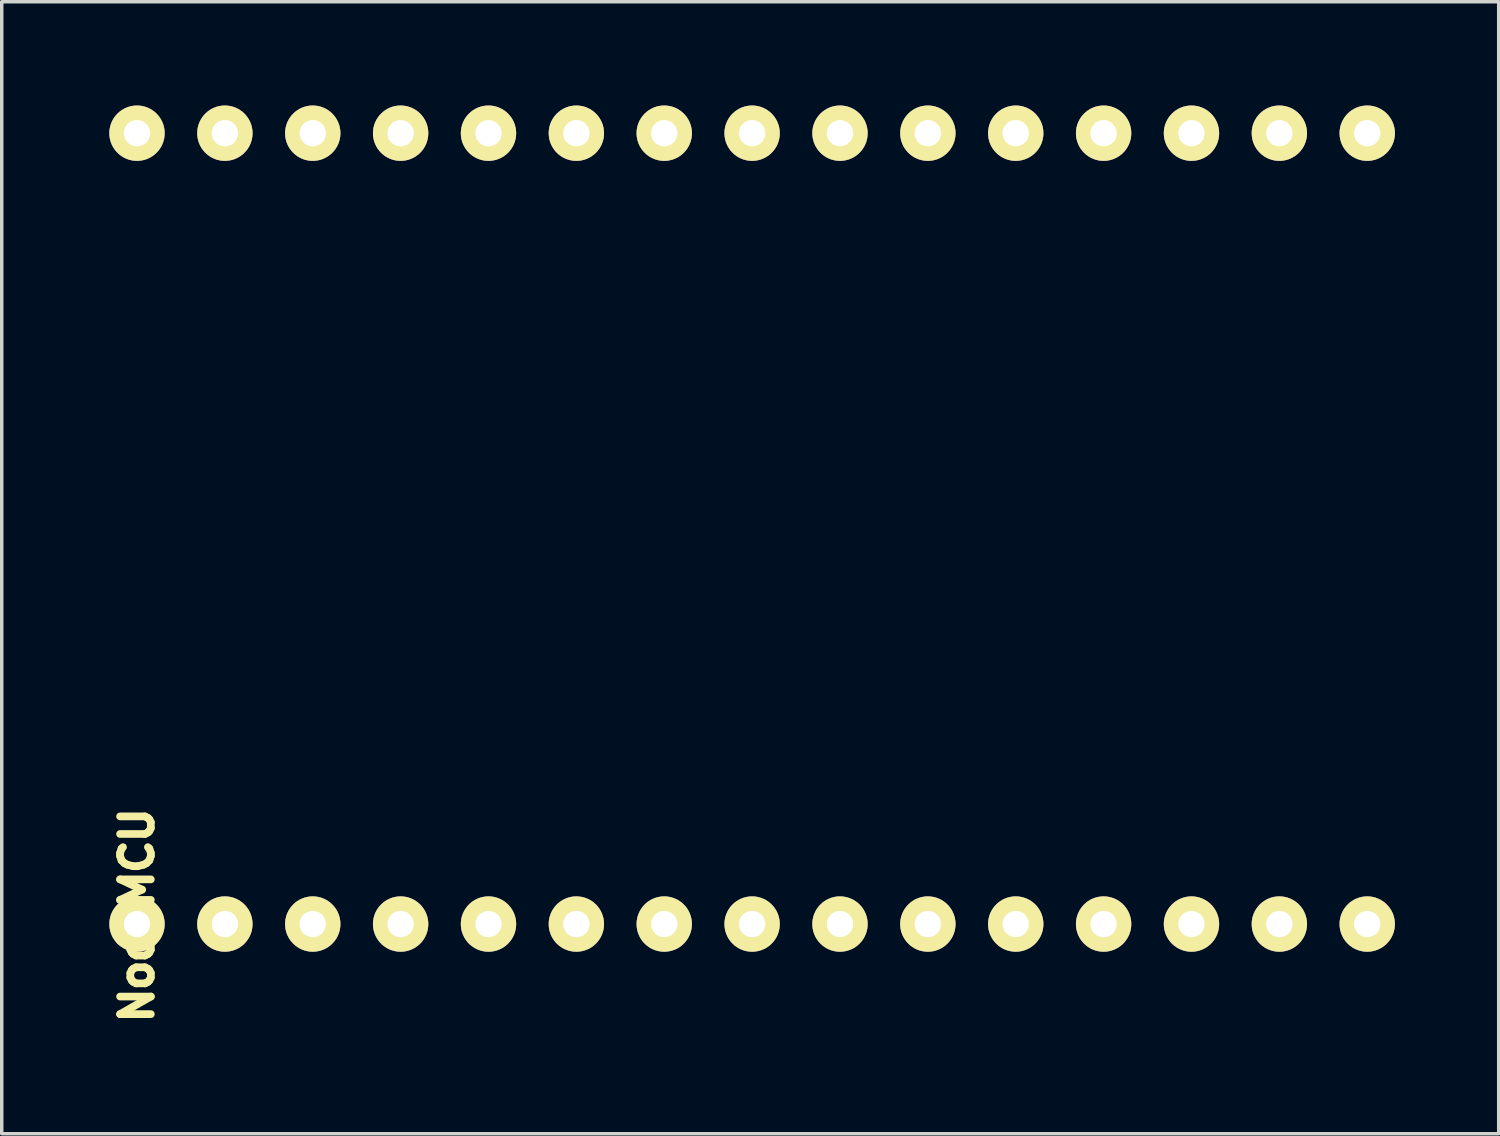
<source format=kicad_pcb>
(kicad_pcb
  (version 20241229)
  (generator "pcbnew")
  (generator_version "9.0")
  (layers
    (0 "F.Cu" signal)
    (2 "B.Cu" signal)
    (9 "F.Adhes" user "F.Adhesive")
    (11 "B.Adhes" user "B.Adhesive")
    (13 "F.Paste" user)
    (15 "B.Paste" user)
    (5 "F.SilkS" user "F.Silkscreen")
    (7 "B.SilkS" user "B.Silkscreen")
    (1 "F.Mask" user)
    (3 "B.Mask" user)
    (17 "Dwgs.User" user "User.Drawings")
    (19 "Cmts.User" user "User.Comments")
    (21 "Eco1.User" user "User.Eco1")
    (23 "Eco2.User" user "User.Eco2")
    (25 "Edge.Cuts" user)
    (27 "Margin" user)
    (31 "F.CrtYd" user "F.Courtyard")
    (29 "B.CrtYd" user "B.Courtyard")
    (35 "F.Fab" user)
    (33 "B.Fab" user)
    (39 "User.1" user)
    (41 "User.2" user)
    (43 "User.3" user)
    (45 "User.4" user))
  (footprint "NodeMCU"
    (layer "F.Cu")
    (at 0.91 23.66)
    (property "Reference" "NodeMCU" (at 0 -0.254 270) (layer "F.SilkS") (effects (font (size 0.889 0.889) (thickness 0.305))))
    (attr through_hole)
    (fp_line (start 0 0) (end 0 0) (stroke (width 0.305) (type solid)) (layer "F.SilkS"))
    (fp_line (start 0 0) (end 0 0) (stroke (width 0.305) (type solid)) (layer "F.SilkS"))
    (fp_line (start 0 0) (end 0 0) (stroke (width 0.305) (type solid)) (layer "F.SilkS"))
    (fp_line (start 0 0) (end 0 0) (stroke (width 0.305) (type solid)) (layer "F.SilkS"))
    (pad "1" thru_hole circle (at 0 0) (size 1.6 1.6) (drill 0.762) (layers "*.Cu" "*.Mask" "F.SilkS"))
    (pad "2" thru_hole circle (at 2.54 0) (size 1.6 1.6) (drill 0.762) (layers "*.Cu" "*.Mask" "F.SilkS"))
    (pad "3" thru_hole circle (at 5.08 0) (size 1.6 1.6) (drill 0.762) (layers "*.Cu" "*.Mask" "F.SilkS"))
    (pad "4" thru_hole circle (at 7.62 0) (size 1.6 1.6) (drill 0.762) (layers "*.Cu" "*.Mask" "F.SilkS"))
    (pad "5" thru_hole circle (at 10.16 0) (size 1.6 1.6) (drill 0.762) (layers "*.Cu" "*.Mask" "F.SilkS"))
    (pad "6" thru_hole circle (at 12.7 0) (size 1.6 1.6) (drill 0.762) (layers "*.Cu" "*.Mask" "F.SilkS"))
    (pad "7" thru_hole circle (at 15.24 0) (size 1.6 1.6) (drill 0.762) (layers "*.Cu" "*.Mask" "F.SilkS"))
    (pad "8" thru_hole circle (at 17.78 0) (size 1.6 1.6) (drill 0.762) (layers "*.Cu" "*.Mask" "F.SilkS"))
    (pad "9" thru_hole circle (at 20.32 0) (size 1.6 1.6) (drill 0.762) (layers "*.Cu" "*.Mask" "F.SilkS"))
    (pad "10" thru_hole circle (at 22.86 0) (size 1.6 1.6) (drill 0.762) (layers "*.Cu" "*.Mask" "F.SilkS"))
    (pad "11" thru_hole circle (at 25.4 0) (size 1.6 1.6) (drill 0.762) (layers "*.Cu" "*.Mask" "F.SilkS"))
    (pad "12" thru_hole circle (at 27.94 0) (size 1.6 1.6) (drill 0.762) (layers "*.Cu" "*.Mask" "F.SilkS"))
    (pad "13" thru_hole circle (at 30.48 0) (size 1.6 1.6) (drill 0.762) (layers "*.Cu" "*.Mask" "F.SilkS"))
    (pad "14" thru_hole circle (at 33.02 0) (size 1.6 1.6) (drill 0.762) (layers "*.Cu" "*.Mask" "F.SilkS"))
    (pad "15" thru_hole circle (at 35.56 0) (size 1.6 1.6) (drill 0.762) (layers "*.Cu" "*.Mask" "F.SilkS"))
    (pad "16" thru_hole circle (at 35.56 -22.86 180) (size 1.6 1.6) (drill 0.762) (layers "*.Cu" "*.Mask" "F.SilkS"))
    (pad "17" thru_hole circle (at 33.02 -22.86 180) (size 1.6 1.6) (drill 0.762) (layers "*.Cu" "*.Mask" "F.SilkS"))
    (pad "18" thru_hole circle (at 30.48 -22.86 180) (size 1.6 1.6) (drill 0.762) (layers "*.Cu" "*.Mask" "F.SilkS"))
    (pad "19" thru_hole circle (at 27.94 -22.86 180) (size 1.6 1.6) (drill 0.762) (layers "*.Cu" "*.Mask" "F.SilkS"))
    (pad "20" thru_hole circle (at 25.4 -22.86 180) (size 1.6 1.6) (drill 0.762) (layers "*.Cu" "*.Mask" "F.SilkS"))
    (pad "21" thru_hole circle (at 22.86 -22.86 180) (size 1.6 1.6) (drill 0.762) (layers "*.Cu" "*.Mask" "F.SilkS"))
    (pad "22" thru_hole circle (at 20.32 -22.86 180) (size 1.6 1.6) (drill 0.762) (layers "*.Cu" "*.Mask" "F.SilkS"))
    (pad "23" thru_hole circle (at 17.78 -22.86 180) (size 1.6 1.6) (drill 0.762) (layers "*.Cu" "*.Mask" "F.SilkS"))
    (pad "24" thru_hole circle (at 15.24 -22.86 180) (size 1.6 1.6) (drill 0.762) (layers "*.Cu" "*.Mask" "F.SilkS"))
    (pad "25" thru_hole circle (at 12.7 -22.86 180) (size 1.6 1.6) (drill 0.762) (layers "*.Cu" "*.Mask" "F.SilkS"))
    (pad "26" thru_hole circle (at 10.16 -22.86 180) (size 1.6 1.6) (drill 0.762) (layers "*.Cu" "*.Mask" "F.SilkS"))
    (pad "27" thru_hole circle (at 7.62 -22.86 180) (size 1.6 1.6) (drill 0.762) (layers "*.Cu" "*.Mask" "F.SilkS"))
    (pad "28" thru_hole circle (at 5.08 -22.86 180) (size 1.6 1.6) (drill 0.762) (layers "*.Cu" "*.Mask" "F.SilkS"))
    (pad "29" thru_hole circle (at 2.54 -22.86 180) (size 1.6 1.6) (drill 0.762) (layers "*.Cu" "*.Mask" "F.SilkS"))
    (pad "30" thru_hole circle (at 0 -22.86 180) (size 1.6 1.6) (drill 0.762) (layers "*.Cu" "*.Mask" "F.SilkS")))
  (gr_rect
    (start -3 -3)
    (end 40.27 29.72)
    (stroke (width 0.1) (type default))
    (fill no)
    (layer "Edge.Cuts")))
</source>
